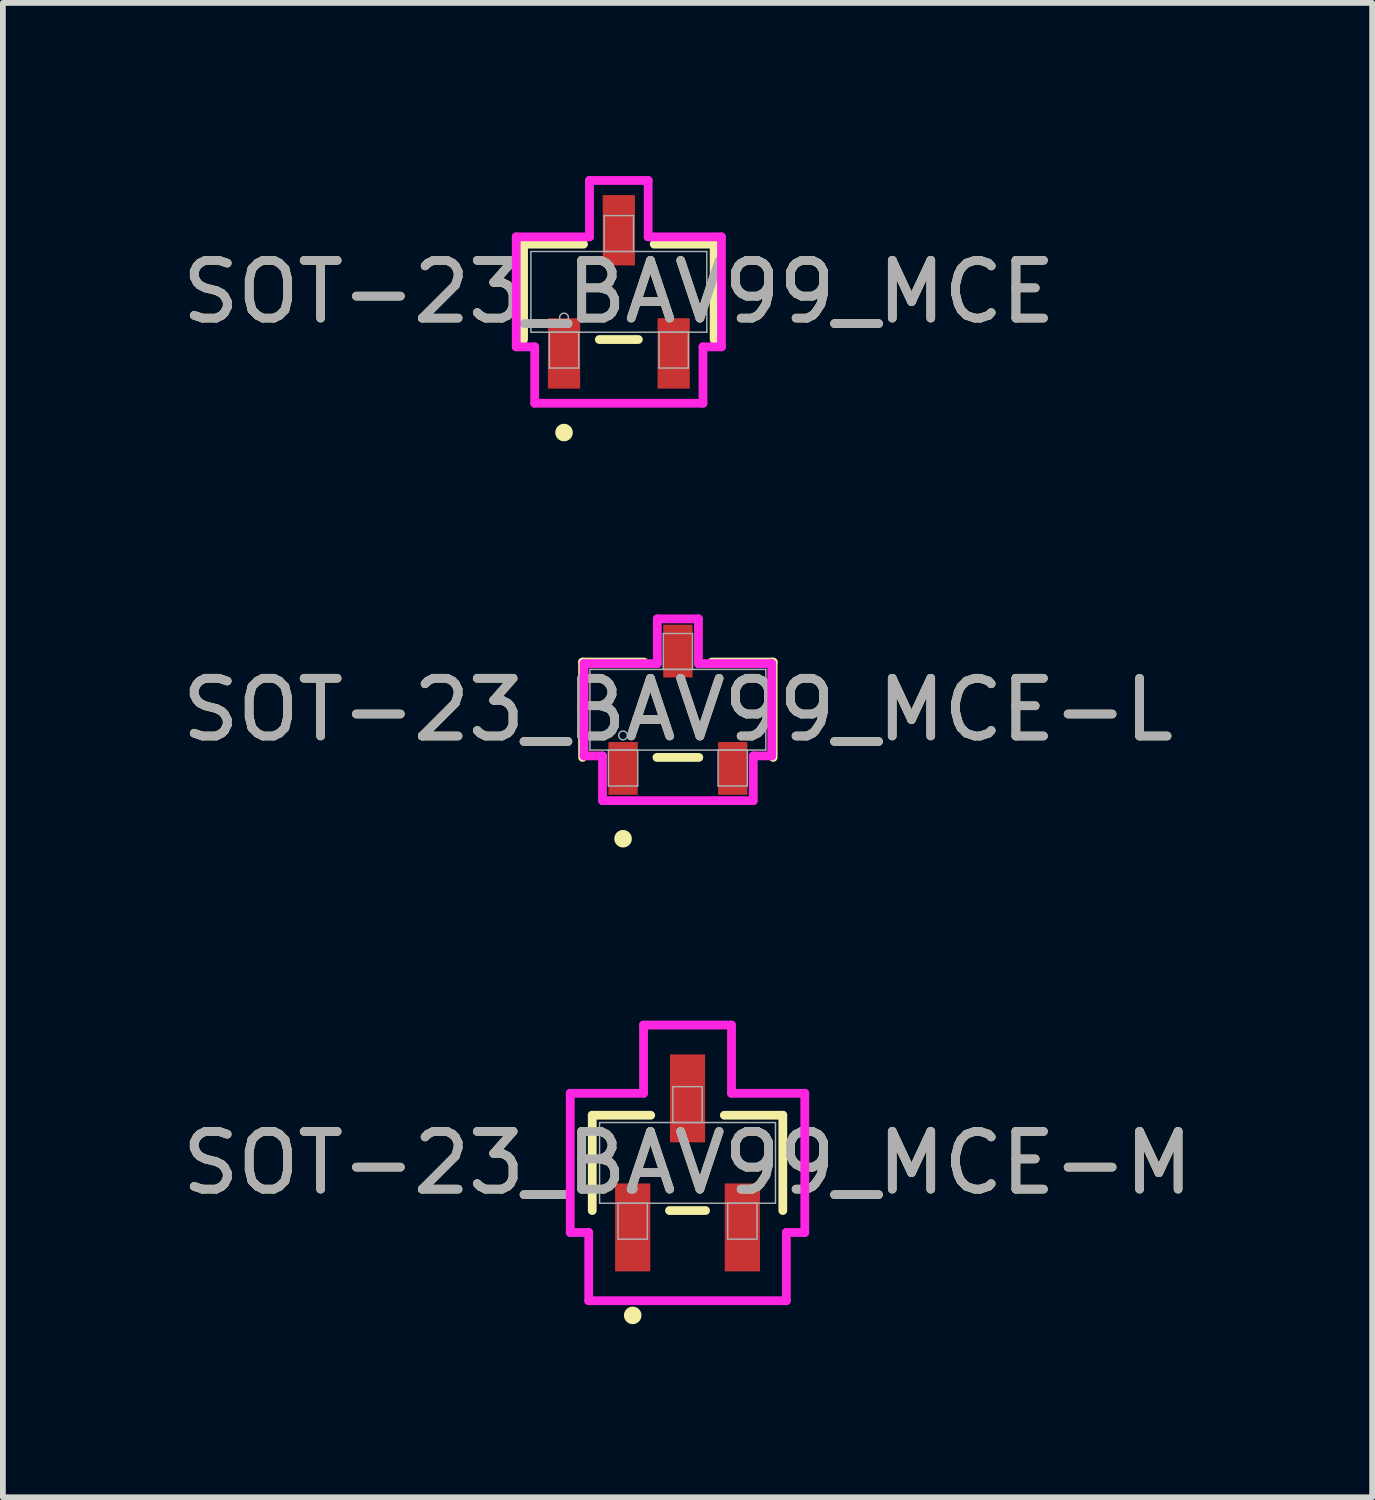
<source format=kicad_pcb>
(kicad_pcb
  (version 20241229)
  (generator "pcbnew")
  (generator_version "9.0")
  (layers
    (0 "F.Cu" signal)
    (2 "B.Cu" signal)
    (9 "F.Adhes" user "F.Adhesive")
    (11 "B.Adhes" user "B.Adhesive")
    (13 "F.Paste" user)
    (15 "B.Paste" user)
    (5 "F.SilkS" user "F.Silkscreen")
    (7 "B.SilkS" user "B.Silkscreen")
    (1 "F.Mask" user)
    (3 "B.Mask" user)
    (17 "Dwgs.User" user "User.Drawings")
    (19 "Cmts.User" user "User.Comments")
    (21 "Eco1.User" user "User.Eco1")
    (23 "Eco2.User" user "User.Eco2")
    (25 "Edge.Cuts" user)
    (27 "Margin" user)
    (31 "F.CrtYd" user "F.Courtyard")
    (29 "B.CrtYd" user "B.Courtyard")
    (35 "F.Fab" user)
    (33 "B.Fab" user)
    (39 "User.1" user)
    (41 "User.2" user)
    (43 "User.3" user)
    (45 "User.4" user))
  (footprint "SOT-23_BAV99_MCE"
    (layer "F.Cu")
    (at 7.673 2.007)
    (property "Reference" "SOT-23_BAV99_MCE" (at 0 0 0) (unlocked yes) (layer "F.SilkS") (effects (font (size 1 1) (thickness 0.15))))
    (attr smd)
    (fp_line (start -1.651 -0.826) (end -1.651 0.826) (stroke (width 0.152) (type solid)) (layer "F.SilkS"))
    (fp_line (start -0.612 -0.826) (end -1.651 -0.826) (stroke (width 0.152) (type solid)) (layer "F.SilkS"))
    (fp_line (start -0.338 0.826) (end 0.338 0.826) (stroke (width 0.152) (type solid)) (layer "F.SilkS"))
    (fp_line (start 1.651 -0.826) (end 0.612 -0.826) (stroke (width 0.152) (type solid)) (layer "F.SilkS"))
    (fp_line (start 1.651 0.826) (end 1.651 -0.826) (stroke (width 0.152) (type solid)) (layer "F.SilkS"))
    (fp_circle (center -0.95 2.438) (end -0.874 2.438) (stroke (width 0.152) (type solid)) (fill no) (layer "F.SilkS"))
    (fp_line (start -1.778 -0.953) (end -0.508 -0.953) (stroke (width 0.152) (type solid)) (layer "F.CrtYd"))
    (fp_line (start -1.778 0.953) (end -1.778 -0.953) (stroke (width 0.152) (type solid)) (layer "F.CrtYd"))
    (fp_line (start -1.778 0.953) (end -1.458 0.953) (stroke (width 0.152) (type solid)) (layer "F.CrtYd"))
    (fp_line (start -1.458 0.953) (end -1.458 1.93) (stroke (width 0.152) (type solid)) (layer "F.CrtYd"))
    (fp_line (start -1.458 1.93) (end 1.458 1.93) (stroke (width 0.152) (type solid)) (layer "F.CrtYd"))
    (fp_line (start -0.508 -1.93) (end 0.508 -1.93) (stroke (width 0.152) (type solid)) (layer "F.CrtYd"))
    (fp_line (start -0.508 -0.953) (end -0.508 -1.93) (stroke (width 0.152) (type solid)) (layer "F.CrtYd"))
    (fp_line (start 0.508 -0.953) (end 0.508 -1.93) (stroke (width 0.152) (type solid)) (layer "F.CrtYd"))
    (fp_line (start 1.458 0.953) (end 1.458 1.93) (stroke (width 0.152) (type solid)) (layer "F.CrtYd"))
    (fp_line (start 1.778 -0.953) (end 0.508 -0.953) (stroke (width 0.152) (type solid)) (layer "F.CrtYd"))
    (fp_line (start 1.778 -0.953) (end 1.778 0.953) (stroke (width 0.152) (type solid)) (layer "F.CrtYd"))
    (fp_line (start 1.778 0.953) (end 1.458 0.953) (stroke (width 0.152) (type solid)) (layer "F.CrtYd"))
    (fp_line (start -1.524 -0.699) (end -1.524 0.699) (stroke (width 0.025) (type solid)) (layer "F.Fab"))
    (fp_line (start -1.524 0.699) (end 1.524 0.699) (stroke (width 0.025) (type solid)) (layer "F.Fab"))
    (fp_line (start -1.204 0.699) (end -1.204 1.321) (stroke (width 0.025) (type solid)) (layer "F.Fab"))
    (fp_line (start -1.204 1.321) (end -0.696 1.321) (stroke (width 0.025) (type solid)) (layer "F.Fab"))
    (fp_line (start -0.696 0.699) (end -1.204 0.699) (stroke (width 0.025) (type solid)) (layer "F.Fab"))
    (fp_line (start -0.696 1.321) (end -0.696 0.699) (stroke (width 0.025) (type solid)) (layer "F.Fab"))
    (fp_line (start -0.254 -1.321) (end -0.254 -0.699) (stroke (width 0.025) (type solid)) (layer "F.Fab"))
    (fp_line (start -0.254 -0.699) (end 0.254 -0.699) (stroke (width 0.025) (type solid)) (layer "F.Fab"))
    (fp_line (start 0.254 -1.321) (end -0.254 -1.321) (stroke (width 0.025) (type solid)) (layer "F.Fab"))
    (fp_line (start 0.254 -0.699) (end 0.254 -1.321) (stroke (width 0.025) (type solid)) (layer "F.Fab"))
    (fp_line (start 0.696 0.699) (end 0.696 1.321) (stroke (width 0.025) (type solid)) (layer "F.Fab"))
    (fp_line (start 0.696 1.321) (end 1.204 1.321) (stroke (width 0.025) (type solid)) (layer "F.Fab"))
    (fp_line (start 1.204 0.699) (end 0.696 0.699) (stroke (width 0.025) (type solid)) (layer "F.Fab"))
    (fp_line (start 1.204 1.321) (end 1.204 0.699) (stroke (width 0.025) (type solid)) (layer "F.Fab"))
    (fp_line (start 1.524 -0.699) (end -1.524 -0.699) (stroke (width 0.025) (type solid)) (layer "F.Fab"))
    (fp_line (start 1.524 0.699) (end 1.524 -0.699) (stroke (width 0.025) (type solid)) (layer "F.Fab"))
    (fp_circle (center -0.95 0.445) (end -0.874 0.445) (stroke (width 0.025) (type solid)) (fill no) (layer "F.Fab"))
    (fp_text user "${REFERENCE}" (at 0 0 0) (unlocked yes) (layer "F.Fab") (effects (font (size 1 1) (thickness 0.15))))
    (pad "1" smd rect (at -0.95 1.067) (size 0.559 1.219) (layers "F.Cu" "F.Mask" "F.Paste"))
    (pad "2" smd rect (at 0.95 1.067) (size 0.559 1.219) (layers "F.Cu" "F.Mask" "F.Paste"))
    (pad "3" smd rect (at 0 -1.067) (size 0.559 1.219) (layers "F.Cu" "F.Mask" "F.Paste")))
  (footprint "SOT-23_BAV99_MCE-L"
    (layer "F.Cu")
    (at 8.696 9.248)
    (property "Reference" "SOT-23_BAV99_MCE-L" (at 0 0 0) (unlocked yes) (layer "F.SilkS") (effects (font (size 1 1) (thickness 0.15))))
    (attr smd)
    (fp_line (start -1.651 -0.826) (end -1.651 0.826) (stroke (width 0.152) (type solid)) (layer "F.SilkS"))
    (fp_line (start -0.587 -0.826) (end -1.651 -0.826) (stroke (width 0.152) (type solid)) (layer "F.SilkS"))
    (fp_line (start -0.363 0.826) (end 0.363 0.826) (stroke (width 0.152) (type solid)) (layer "F.SilkS"))
    (fp_line (start 1.651 -0.826) (end 0.587 -0.826) (stroke (width 0.152) (type solid)) (layer "F.SilkS"))
    (fp_line (start 1.651 0.826) (end 1.651 -0.826) (stroke (width 0.152) (type solid)) (layer "F.SilkS"))
    (fp_circle (center -0.95 2.235) (end -0.874 2.235) (stroke (width 0.152) (type solid)) (fill no) (layer "F.SilkS"))
    (fp_line (start -1.626 -0.8) (end -0.356 -0.8) (stroke (width 0.152) (type solid)) (layer "F.CrtYd"))
    (fp_line (start -1.626 0.8) (end -1.626 -0.8) (stroke (width 0.152) (type solid)) (layer "F.CrtYd"))
    (fp_line (start -1.626 0.8) (end -1.306 0.8) (stroke (width 0.152) (type solid)) (layer "F.CrtYd"))
    (fp_line (start -1.306 0.8) (end -1.306 1.575) (stroke (width 0.152) (type solid)) (layer "F.CrtYd"))
    (fp_line (start -1.306 1.575) (end 1.306 1.575) (stroke (width 0.152) (type solid)) (layer "F.CrtYd"))
    (fp_line (start -0.356 -1.575) (end 0.356 -1.575) (stroke (width 0.152) (type solid)) (layer "F.CrtYd"))
    (fp_line (start -0.356 -0.8) (end -0.356 -1.575) (stroke (width 0.152) (type solid)) (layer "F.CrtYd"))
    (fp_line (start 0.356 -0.8) (end 0.356 -1.575) (stroke (width 0.152) (type solid)) (layer "F.CrtYd"))
    (fp_line (start 1.306 0.8) (end 1.306 1.575) (stroke (width 0.152) (type solid)) (layer "F.CrtYd"))
    (fp_line (start 1.626 -0.8) (end 0.356 -0.8) (stroke (width 0.152) (type solid)) (layer "F.CrtYd"))
    (fp_line (start 1.626 -0.8) (end 1.626 0.8) (stroke (width 0.152) (type solid)) (layer "F.CrtYd"))
    (fp_line (start 1.626 0.8) (end 1.306 0.8) (stroke (width 0.152) (type solid)) (layer "F.CrtYd"))
    (fp_line (start -1.524 -0.699) (end -1.524 0.699) (stroke (width 0.025) (type solid)) (layer "F.Fab"))
    (fp_line (start -1.524 0.699) (end 1.524 0.699) (stroke (width 0.025) (type solid)) (layer "F.Fab"))
    (fp_line (start -1.204 0.699) (end -1.204 1.321) (stroke (width 0.025) (type solid)) (layer "F.Fab"))
    (fp_line (start -1.204 1.321) (end -0.696 1.321) (stroke (width 0.025) (type solid)) (layer "F.Fab"))
    (fp_line (start -0.696 0.699) (end -1.204 0.699) (stroke (width 0.025) (type solid)) (layer "F.Fab"))
    (fp_line (start -0.696 1.321) (end -0.696 0.699) (stroke (width 0.025) (type solid)) (layer "F.Fab"))
    (fp_line (start -0.254 -1.321) (end -0.254 -0.699) (stroke (width 0.025) (type solid)) (layer "F.Fab"))
    (fp_line (start -0.254 -0.699) (end 0.254 -0.699) (stroke (width 0.025) (type solid)) (layer "F.Fab"))
    (fp_line (start 0.254 -1.321) (end -0.254 -1.321) (stroke (width 0.025) (type solid)) (layer "F.Fab"))
    (fp_line (start 0.254 -0.699) (end 0.254 -1.321) (stroke (width 0.025) (type solid)) (layer "F.Fab"))
    (fp_line (start 0.696 0.699) (end 0.696 1.321) (stroke (width 0.025) (type solid)) (layer "F.Fab"))
    (fp_line (start 0.696 1.321) (end 1.204 1.321) (stroke (width 0.025) (type solid)) (layer "F.Fab"))
    (fp_line (start 1.204 0.699) (end 0.696 0.699) (stroke (width 0.025) (type solid)) (layer "F.Fab"))
    (fp_line (start 1.204 1.321) (end 1.204 0.699) (stroke (width 0.025) (type solid)) (layer "F.Fab"))
    (fp_line (start 1.524 -0.699) (end -1.524 -0.699) (stroke (width 0.025) (type solid)) (layer "F.Fab"))
    (fp_line (start 1.524 0.699) (end 1.524 -0.699) (stroke (width 0.025) (type solid)) (layer "F.Fab"))
    (fp_circle (center -0.95 0.445) (end -0.874 0.445) (stroke (width 0.025) (type solid)) (fill no) (layer "F.Fab"))
    (fp_text user "${REFERENCE}" (at 0 0 0) (unlocked yes) (layer "F.Fab") (effects (font (size 1 1) (thickness 0.15))))
    (pad "1" smd rect (at -0.95 1.016) (size 0.508 0.914) (layers "F.Cu" "F.Mask" "F.Paste"))
    (pad "2" smd rect (at 0.95 1.016) (size 0.508 0.914) (layers "F.Cu" "F.Mask" "F.Paste"))
    (pad "3" smd rect (at 0 -1.016) (size 0.508 0.914) (layers "F.Cu" "F.Mask" "F.Paste")))
  (footprint "SOT-23_BAV99_MCE-M"
    (layer "F.Cu")
    (at 8.863 17.1)
    (property "Reference" "SOT-23_BAV99_MCE-M" (at 0 0 0) (unlocked yes) (layer "F.SilkS") (effects (font (size 1 1) (thickness 0.15))))
    (attr smd)
    (fp_line (start -1.651 -0.826) (end -1.651 0.826) (stroke (width 0.152) (type solid)) (layer "F.SilkS"))
    (fp_line (start -0.638 -0.826) (end -1.651 -0.826) (stroke (width 0.152) (type solid)) (layer "F.SilkS"))
    (fp_line (start -0.312 0.826) (end 0.312 0.826) (stroke (width 0.152) (type solid)) (layer "F.SilkS"))
    (fp_line (start 1.651 -0.826) (end 0.638 -0.826) (stroke (width 0.152) (type solid)) (layer "F.SilkS"))
    (fp_line (start 1.651 0.826) (end 1.651 -0.826) (stroke (width 0.152) (type solid)) (layer "F.SilkS"))
    (fp_circle (center -0.95 2.642) (end -0.874 2.642) (stroke (width 0.152) (type solid)) (fill no) (layer "F.SilkS"))
    (fp_line (start -2.032 -1.206) (end -0.762 -1.206) (stroke (width 0.152) (type solid)) (layer "F.CrtYd"))
    (fp_line (start -2.032 1.206) (end -2.032 -1.206) (stroke (width 0.152) (type solid)) (layer "F.CrtYd"))
    (fp_line (start -2.032 1.206) (end -1.712 1.206) (stroke (width 0.152) (type solid)) (layer "F.CrtYd"))
    (fp_line (start -1.712 1.206) (end -1.712 2.388) (stroke (width 0.152) (type solid)) (layer "F.CrtYd"))
    (fp_line (start -1.712 2.388) (end 1.712 2.388) (stroke (width 0.152) (type solid)) (layer "F.CrtYd"))
    (fp_line (start -0.762 -2.388) (end 0.762 -2.388) (stroke (width 0.152) (type solid)) (layer "F.CrtYd"))
    (fp_line (start -0.762 -1.206) (end -0.762 -2.388) (stroke (width 0.152) (type solid)) (layer "F.CrtYd"))
    (fp_line (start 0.762 -1.206) (end 0.762 -2.388) (stroke (width 0.152) (type solid)) (layer "F.CrtYd"))
    (fp_line (start 1.712 1.206) (end 1.712 2.388) (stroke (width 0.152) (type solid)) (layer "F.CrtYd"))
    (fp_line (start 2.032 -1.206) (end 0.762 -1.206) (stroke (width 0.152) (type solid)) (layer "F.CrtYd"))
    (fp_line (start 2.032 -1.206) (end 2.032 1.206) (stroke (width 0.152) (type solid)) (layer "F.CrtYd"))
    (fp_line (start 2.032 1.206) (end 1.712 1.206) (stroke (width 0.152) (type solid)) (layer "F.CrtYd"))
    (fp_line (start -1.524 -0.699) (end -1.524 0.699) (stroke (width 0.025) (type solid)) (layer "F.Fab"))
    (fp_line (start -1.524 0.699) (end 1.524 0.699) (stroke (width 0.025) (type solid)) (layer "F.Fab"))
    (fp_line (start -1.204 0.699) (end -1.204 1.321) (stroke (width 0.025) (type solid)) (layer "F.Fab"))
    (fp_line (start -1.204 1.321) (end -0.696 1.321) (stroke (width 0.025) (type solid)) (layer "F.Fab"))
    (fp_line (start -0.696 0.699) (end -1.204 0.699) (stroke (width 0.025) (type solid)) (layer "F.Fab"))
    (fp_line (start -0.696 1.321) (end -0.696 0.699) (stroke (width 0.025) (type solid)) (layer "F.Fab"))
    (fp_line (start -0.254 -1.321) (end -0.254 -0.699) (stroke (width 0.025) (type solid)) (layer "F.Fab"))
    (fp_line (start -0.254 -0.699) (end 0.254 -0.699) (stroke (width 0.025) (type solid)) (layer "F.Fab"))
    (fp_line (start 0.254 -1.321) (end -0.254 -1.321) (stroke (width 0.025) (type solid)) (layer "F.Fab"))
    (fp_line (start 0.254 -0.699) (end 0.254 -1.321) (stroke (width 0.025) (type solid)) (layer "F.Fab"))
    (fp_line (start 0.696 0.699) (end 0.696 1.321) (stroke (width 0.025) (type solid)) (layer "F.Fab"))
    (fp_line (start 0.696 1.321) (end 1.204 1.321) (stroke (width 0.025) (type solid)) (layer "F.Fab"))
    (fp_line (start 1.204 0.699) (end 0.696 0.699) (stroke (width 0.025) (type solid)) (layer "F.Fab"))
    (fp_line (start 1.204 1.321) (end 1.204 0.699) (stroke (width 0.025) (type solid)) (layer "F.Fab"))
    (fp_line (start 1.524 -0.699) (end -1.524 -0.699) (stroke (width 0.025) (type solid)) (layer "F.Fab"))
    (fp_line (start 1.524 0.699) (end 1.524 -0.699) (stroke (width 0.025) (type solid)) (layer "F.Fab"))
    (fp_circle (center -0.95 0.445) (end -0.874 0.445) (stroke (width 0.025) (type solid)) (fill no) (layer "F.Fab"))
    (fp_text user "${REFERENCE}" (at 0 0 0) (unlocked yes) (layer "F.Fab") (effects (font (size 1 1) (thickness 0.15))))
    (pad "1" smd rect (at -0.95 1.118) (size 0.61 1.524) (layers "F.Cu" "F.Mask" "F.Paste"))
    (pad "2" smd rect (at 0.95 1.118) (size 0.61 1.524) (layers "F.Cu" "F.Mask" "F.Paste"))
    (pad "3" smd rect (at 0 -1.118) (size 0.61 1.524) (layers "F.Cu" "F.Mask" "F.Paste")))
  (gr_rect
    (start -3 -3)
    (end 20.726 22.894)
    (stroke (width 0.1) (type default))
    (fill no)
    (layer "Edge.Cuts")))
</source>
